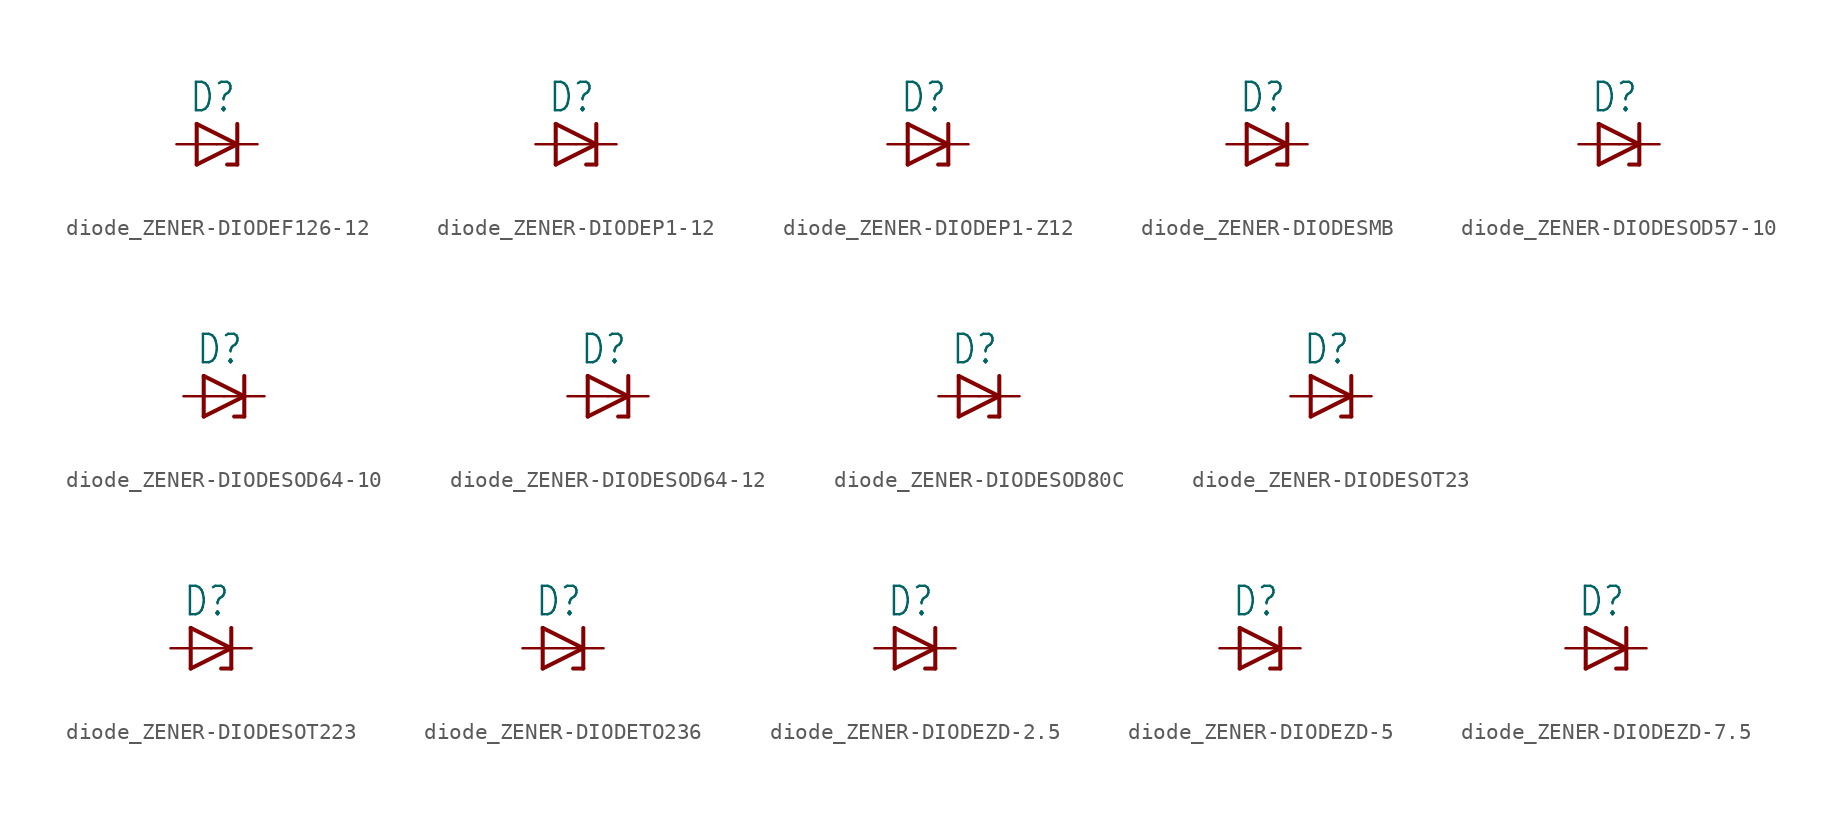
<source format=kicad_sym>
(kicad_symbol_lib
  (version 20241209)
  (generator "kicad_symbol_editor")
  (generator_version "9.0")
  (symbol "diode_ZENER-DIODEF126-12"
    (property "Reference" "D"
      (at -1.778 1.905 0)
      (effects (font (size 1.778 1.511)) (justify left bottom)))
    (property "Value" ""
      (at -1.778 -3.429 0)
      (effects (font (size 1.778 1.511)) (justify left bottom)))
    (property "ki_locked" ""
      (at 0 0 0)
      (effects (font (size 1.27 1.27))))
    (symbol "diode_ZENER-DIODEF126-12_1_0"
      (polyline (pts (xy -1.27 1.27) (xy -1.27 -1.27)) (stroke (width 0.254) (type solid)) (fill (type none)))
      (polyline (pts (xy -1.27 -1.27) (xy 1.27 0)) (stroke (width 0.254) (type solid)) (fill (type none)))
      (polyline (pts (xy 1.27 1.27) (xy 1.27 0)) (stroke (width 0.254) (type solid)) (fill (type none)))
      (polyline (pts (xy 1.27 0) (xy -1.27 1.27)) (stroke (width 0.254) (type solid)) (fill (type none)))
      (polyline (pts (xy 1.27 0) (xy 1.27 -1.27)) (stroke (width 0.254) (type solid)) (fill (type none)))
      (polyline (pts (xy 1.27 -1.27) (xy 0.635 -1.27)) (stroke (width 0.254) (type solid)) (fill (type none)))
      (pin passive line (at -2.54 0 0) (length 2.54) (name "A" (effects (font (size 0 0)))) (number "A" (effects (font (size 0 0)))))
      (pin passive line (at 2.54 0 180) (length 2.54) (name "C" (effects (font (size 0 0)))) (number "C" (effects (font (size 0 0)))))))
  (symbol "diode_ZENER-DIODEP1-12"
    (property "Reference" "D"
      (at -1.778 1.905 0)
      (effects (font (size 1.778 1.511)) (justify left bottom)))
    (property "Value" ""
      (at -1.778 -3.429 0)
      (effects (font (size 1.778 1.511)) (justify left bottom)))
    (property "ki_locked" ""
      (at 0 0 0)
      (effects (font (size 1.27 1.27))))
    (symbol "diode_ZENER-DIODEP1-12_1_0"
      (polyline (pts (xy -1.27 1.27) (xy -1.27 -1.27)) (stroke (width 0.254) (type solid)) (fill (type none)))
      (polyline (pts (xy -1.27 -1.27) (xy 1.27 0)) (stroke (width 0.254) (type solid)) (fill (type none)))
      (polyline (pts (xy 1.27 1.27) (xy 1.27 0)) (stroke (width 0.254) (type solid)) (fill (type none)))
      (polyline (pts (xy 1.27 0) (xy -1.27 1.27)) (stroke (width 0.254) (type solid)) (fill (type none)))
      (polyline (pts (xy 1.27 0) (xy 1.27 -1.27)) (stroke (width 0.254) (type solid)) (fill (type none)))
      (polyline (pts (xy 1.27 -1.27) (xy 0.635 -1.27)) (stroke (width 0.254) (type solid)) (fill (type none)))
      (pin passive line (at -2.54 0 0) (length 2.54) (name "A" (effects (font (size 0 0)))) (number "A" (effects (font (size 0 0)))))
      (pin passive line (at 2.54 0 180) (length 2.54) (name "C" (effects (font (size 0 0)))) (number "C" (effects (font (size 0 0)))))))
  (symbol "diode_ZENER-DIODEP1-Z12"
    (property "Reference" "D"
      (at -1.778 1.905 0)
      (effects (font (size 1.778 1.511)) (justify left bottom)))
    (property "Value" ""
      (at -1.778 -3.429 0)
      (effects (font (size 1.778 1.511)) (justify left bottom)))
    (property "ki_locked" ""
      (at 0 0 0)
      (effects (font (size 1.27 1.27))))
    (symbol "diode_ZENER-DIODEP1-Z12_1_0"
      (polyline (pts (xy -1.27 1.27) (xy -1.27 -1.27)) (stroke (width 0.254) (type solid)) (fill (type none)))
      (polyline (pts (xy -1.27 -1.27) (xy 1.27 0)) (stroke (width 0.254) (type solid)) (fill (type none)))
      (polyline (pts (xy 1.27 1.27) (xy 1.27 0)) (stroke (width 0.254) (type solid)) (fill (type none)))
      (polyline (pts (xy 1.27 0) (xy -1.27 1.27)) (stroke (width 0.254) (type solid)) (fill (type none)))
      (polyline (pts (xy 1.27 0) (xy 1.27 -1.27)) (stroke (width 0.254) (type solid)) (fill (type none)))
      (polyline (pts (xy 1.27 -1.27) (xy 0.635 -1.27)) (stroke (width 0.254) (type solid)) (fill (type none)))
      (pin passive line (at -2.54 0 0) (length 2.54) (name "A" (effects (font (size 0 0)))) (number "A" (effects (font (size 0 0)))))
      (pin passive line (at 2.54 0 180) (length 2.54) (name "C" (effects (font (size 0 0)))) (number "C" (effects (font (size 0 0)))))))
  (symbol "diode_ZENER-DIODESMB"
    (property "Reference" "D"
      (at -1.778 1.905 0)
      (effects (font (size 1.778 1.511)) (justify left bottom)))
    (property "Value" ""
      (at -1.778 -3.429 0)
      (effects (font (size 1.778 1.511)) (justify left bottom)))
    (property "ki_locked" ""
      (at 0 0 0)
      (effects (font (size 1.27 1.27))))
    (symbol "diode_ZENER-DIODESMB_1_0"
      (polyline (pts (xy -1.27 1.27) (xy -1.27 -1.27)) (stroke (width 0.254) (type solid)) (fill (type none)))
      (polyline (pts (xy -1.27 -1.27) (xy 1.27 0)) (stroke (width 0.254) (type solid)) (fill (type none)))
      (polyline (pts (xy 1.27 1.27) (xy 1.27 0)) (stroke (width 0.254) (type solid)) (fill (type none)))
      (polyline (pts (xy 1.27 0) (xy -1.27 1.27)) (stroke (width 0.254) (type solid)) (fill (type none)))
      (polyline (pts (xy 1.27 0) (xy 1.27 -1.27)) (stroke (width 0.254) (type solid)) (fill (type none)))
      (polyline (pts (xy 1.27 -1.27) (xy 0.635 -1.27)) (stroke (width 0.254) (type solid)) (fill (type none)))
      (pin passive line (at -2.54 0 0) (length 2.54) (name "A" (effects (font (size 0 0)))) (number "A" (effects (font (size 0 0)))))
      (pin passive line (at 2.54 0 180) (length 2.54) (name "C" (effects (font (size 0 0)))) (number "C" (effects (font (size 0 0)))))))
  (symbol "diode_ZENER-DIODESOD57-10"
    (property "Reference" "D"
      (at -1.778 1.905 0)
      (effects (font (size 1.778 1.511)) (justify left bottom)))
    (property "Value" ""
      (at -1.778 -3.429 0)
      (effects (font (size 1.778 1.511)) (justify left bottom)))
    (property "ki_locked" ""
      (at 0 0 0)
      (effects (font (size 1.27 1.27))))
    (symbol "diode_ZENER-DIODESOD57-10_1_0"
      (polyline (pts (xy -1.27 1.27) (xy -1.27 -1.27)) (stroke (width 0.254) (type solid)) (fill (type none)))
      (polyline (pts (xy -1.27 -1.27) (xy 1.27 0)) (stroke (width 0.254) (type solid)) (fill (type none)))
      (polyline (pts (xy 1.27 1.27) (xy 1.27 0)) (stroke (width 0.254) (type solid)) (fill (type none)))
      (polyline (pts (xy 1.27 0) (xy -1.27 1.27)) (stroke (width 0.254) (type solid)) (fill (type none)))
      (polyline (pts (xy 1.27 0) (xy 1.27 -1.27)) (stroke (width 0.254) (type solid)) (fill (type none)))
      (polyline (pts (xy 1.27 -1.27) (xy 0.635 -1.27)) (stroke (width 0.254) (type solid)) (fill (type none)))
      (pin passive line (at -2.54 0 0) (length 2.54) (name "A" (effects (font (size 0 0)))) (number "A" (effects (font (size 0 0)))))
      (pin passive line (at 2.54 0 180) (length 2.54) (name "C" (effects (font (size 0 0)))) (number "C" (effects (font (size 0 0)))))))
  (symbol "diode_ZENER-DIODESOD64-10"
    (property "Reference" "D"
      (at -1.778 1.905 0)
      (effects (font (size 1.778 1.511)) (justify left bottom)))
    (property "Value" ""
      (at -1.778 -3.429 0)
      (effects (font (size 1.778 1.511)) (justify left bottom)))
    (property "ki_locked" ""
      (at 0 0 0)
      (effects (font (size 1.27 1.27))))
    (symbol "diode_ZENER-DIODESOD64-10_1_0"
      (polyline (pts (xy -1.27 1.27) (xy -1.27 -1.27)) (stroke (width 0.254) (type solid)) (fill (type none)))
      (polyline (pts (xy -1.27 -1.27) (xy 1.27 0)) (stroke (width 0.254) (type solid)) (fill (type none)))
      (polyline (pts (xy 1.27 1.27) (xy 1.27 0)) (stroke (width 0.254) (type solid)) (fill (type none)))
      (polyline (pts (xy 1.27 0) (xy -1.27 1.27)) (stroke (width 0.254) (type solid)) (fill (type none)))
      (polyline (pts (xy 1.27 0) (xy 1.27 -1.27)) (stroke (width 0.254) (type solid)) (fill (type none)))
      (polyline (pts (xy 1.27 -1.27) (xy 0.635 -1.27)) (stroke (width 0.254) (type solid)) (fill (type none)))
      (pin passive line (at -2.54 0 0) (length 2.54) (name "A" (effects (font (size 0 0)))) (number "A" (effects (font (size 0 0)))))
      (pin passive line (at 2.54 0 180) (length 2.54) (name "C" (effects (font (size 0 0)))) (number "C" (effects (font (size 0 0)))))))
  (symbol "diode_ZENER-DIODESOD64-12"
    (property "Reference" "D"
      (at -1.778 1.905 0)
      (effects (font (size 1.778 1.511)) (justify left bottom)))
    (property "Value" ""
      (at -1.778 -3.429 0)
      (effects (font (size 1.778 1.511)) (justify left bottom)))
    (property "ki_locked" ""
      (at 0 0 0)
      (effects (font (size 1.27 1.27))))
    (symbol "diode_ZENER-DIODESOD64-12_1_0"
      (polyline (pts (xy -1.27 1.27) (xy -1.27 -1.27)) (stroke (width 0.254) (type solid)) (fill (type none)))
      (polyline (pts (xy -1.27 -1.27) (xy 1.27 0)) (stroke (width 0.254) (type solid)) (fill (type none)))
      (polyline (pts (xy 1.27 1.27) (xy 1.27 0)) (stroke (width 0.254) (type solid)) (fill (type none)))
      (polyline (pts (xy 1.27 0) (xy -1.27 1.27)) (stroke (width 0.254) (type solid)) (fill (type none)))
      (polyline (pts (xy 1.27 0) (xy 1.27 -1.27)) (stroke (width 0.254) (type solid)) (fill (type none)))
      (polyline (pts (xy 1.27 -1.27) (xy 0.635 -1.27)) (stroke (width 0.254) (type solid)) (fill (type none)))
      (pin passive line (at -2.54 0 0) (length 2.54) (name "A" (effects (font (size 0 0)))) (number "A" (effects (font (size 0 0)))))
      (pin passive line (at 2.54 0 180) (length 2.54) (name "C" (effects (font (size 0 0)))) (number "C" (effects (font (size 0 0)))))))
  (symbol "diode_ZENER-DIODESOD80C"
    (property "Reference" "D"
      (at -1.778 1.905 0)
      (effects (font (size 1.778 1.511)) (justify left bottom)))
    (property "Value" ""
      (at -1.778 -3.429 0)
      (effects (font (size 1.778 1.511)) (justify left bottom)))
    (property "ki_locked" ""
      (at 0 0 0)
      (effects (font (size 1.27 1.27))))
    (symbol "diode_ZENER-DIODESOD80C_1_0"
      (polyline (pts (xy -1.27 1.27) (xy -1.27 -1.27)) (stroke (width 0.254) (type solid)) (fill (type none)))
      (polyline (pts (xy -1.27 -1.27) (xy 1.27 0)) (stroke (width 0.254) (type solid)) (fill (type none)))
      (polyline (pts (xy 1.27 1.27) (xy 1.27 0)) (stroke (width 0.254) (type solid)) (fill (type none)))
      (polyline (pts (xy 1.27 0) (xy -1.27 1.27)) (stroke (width 0.254) (type solid)) (fill (type none)))
      (polyline (pts (xy 1.27 0) (xy 1.27 -1.27)) (stroke (width 0.254) (type solid)) (fill (type none)))
      (polyline (pts (xy 1.27 -1.27) (xy 0.635 -1.27)) (stroke (width 0.254) (type solid)) (fill (type none)))
      (pin passive line (at -2.54 0 0) (length 2.54) (name "A" (effects (font (size 0 0)))) (number "A" (effects (font (size 0 0)))))
      (pin passive line (at 2.54 0 180) (length 2.54) (name "C" (effects (font (size 0 0)))) (number "C" (effects (font (size 0 0)))))))
  (symbol "diode_ZENER-DIODESOT23"
    (property "Reference" "D"
      (at -1.778 1.905 0)
      (effects (font (size 1.778 1.511)) (justify left bottom)))
    (property "Value" ""
      (at -1.778 -3.429 0)
      (effects (font (size 1.778 1.511)) (justify left bottom)))
    (property "ki_locked" ""
      (at 0 0 0)
      (effects (font (size 1.27 1.27))))
    (symbol "diode_ZENER-DIODESOT23_1_0"
      (polyline (pts (xy -1.27 1.27) (xy -1.27 -1.27)) (stroke (width 0.254) (type solid)) (fill (type none)))
      (polyline (pts (xy -1.27 -1.27) (xy 1.27 0)) (stroke (width 0.254) (type solid)) (fill (type none)))
      (polyline (pts (xy 1.27 1.27) (xy 1.27 0)) (stroke (width 0.254) (type solid)) (fill (type none)))
      (polyline (pts (xy 1.27 0) (xy -1.27 1.27)) (stroke (width 0.254) (type solid)) (fill (type none)))
      (polyline (pts (xy 1.27 0) (xy 1.27 -1.27)) (stroke (width 0.254) (type solid)) (fill (type none)))
      (polyline (pts (xy 1.27 -1.27) (xy 0.635 -1.27)) (stroke (width 0.254) (type solid)) (fill (type none)))
      (pin passive line (at -2.54 0 0) (length 2.54) (name "A" (effects (font (size 0 0)))) (number "1" (effects (font (size 0 0)))))
      (pin passive line (at 2.54 0 180) (length 2.54) (name "C" (effects (font (size 0 0)))) (number "3" (effects (font (size 0 0)))))))
  (symbol "diode_ZENER-DIODESOT223"
    (property "Reference" "D"
      (at -1.778 1.905 0)
      (effects (font (size 1.778 1.511)) (justify left bottom)))
    (property "Value" ""
      (at -1.778 -3.429 0)
      (effects (font (size 1.778 1.511)) (justify left bottom)))
    (property "ki_locked" ""
      (at 0 0 0)
      (effects (font (size 1.27 1.27))))
    (symbol "diode_ZENER-DIODESOT223_1_0"
      (polyline (pts (xy -1.27 1.27) (xy -1.27 -1.27)) (stroke (width 0.254) (type solid)) (fill (type none)))
      (polyline (pts (xy -1.27 -1.27) (xy 1.27 0)) (stroke (width 0.254) (type solid)) (fill (type none)))
      (polyline (pts (xy 1.27 1.27) (xy 1.27 0)) (stroke (width 0.254) (type solid)) (fill (type none)))
      (polyline (pts (xy 1.27 0) (xy -1.27 1.27)) (stroke (width 0.254) (type solid)) (fill (type none)))
      (polyline (pts (xy 1.27 0) (xy 1.27 -1.27)) (stroke (width 0.254) (type solid)) (fill (type none)))
      (polyline (pts (xy 1.27 -1.27) (xy 0.635 -1.27)) (stroke (width 0.254) (type solid)) (fill (type none)))
      (pin passive line (at -2.54 0 0) (length 2.54) (name "A" (effects (font (size 0 0)))) (number "1" (effects (font (size 0 0)))))
      (pin passive line (at 2.54 0 180) (length 2.54) (name "C" (effects (font (size 0 0)))) (number "4" (effects (font (size 0 0)))))))
  (symbol "diode_ZENER-DIODETO236"
    (property "Reference" "D"
      (at -1.778 1.905 0)
      (effects (font (size 1.778 1.511)) (justify left bottom)))
    (property "Value" ""
      (at -1.778 -3.429 0)
      (effects (font (size 1.778 1.511)) (justify left bottom)))
    (property "ki_locked" ""
      (at 0 0 0)
      (effects (font (size 1.27 1.27))))
    (symbol "diode_ZENER-DIODETO236_1_0"
      (polyline (pts (xy -1.27 1.27) (xy -1.27 -1.27)) (stroke (width 0.254) (type solid)) (fill (type none)))
      (polyline (pts (xy -1.27 -1.27) (xy 1.27 0)) (stroke (width 0.254) (type solid)) (fill (type none)))
      (polyline (pts (xy 1.27 1.27) (xy 1.27 0)) (stroke (width 0.254) (type solid)) (fill (type none)))
      (polyline (pts (xy 1.27 0) (xy -1.27 1.27)) (stroke (width 0.254) (type solid)) (fill (type none)))
      (polyline (pts (xy 1.27 0) (xy 1.27 -1.27)) (stroke (width 0.254) (type solid)) (fill (type none)))
      (polyline (pts (xy 1.27 -1.27) (xy 0.635 -1.27)) (stroke (width 0.254) (type solid)) (fill (type none)))
      (pin passive line (at -2.54 0 0) (length 2.54) (name "A" (effects (font (size 0 0)))) (number "A" (effects (font (size 0 0)))))
      (pin passive line (at 2.54 0 180) (length 2.54) (name "C" (effects (font (size 0 0)))) (number "C" (effects (font (size 0 0)))))))
  (symbol "diode_ZENER-DIODEZD-2.5"
    (property "Reference" "D"
      (at -1.778 1.905 0)
      (effects (font (size 1.778 1.511)) (justify left bottom)))
    (property "Value" ""
      (at -1.778 -3.429 0)
      (effects (font (size 1.778 1.511)) (justify left bottom)))
    (property "ki_locked" ""
      (at 0 0 0)
      (effects (font (size 1.27 1.27))))
    (symbol "diode_ZENER-DIODEZD-2.5_1_0"
      (polyline (pts (xy -1.27 1.27) (xy -1.27 -1.27)) (stroke (width 0.254) (type solid)) (fill (type none)))
      (polyline (pts (xy -1.27 -1.27) (xy 1.27 0)) (stroke (width 0.254) (type solid)) (fill (type none)))
      (polyline (pts (xy 1.27 1.27) (xy 1.27 0)) (stroke (width 0.254) (type solid)) (fill (type none)))
      (polyline (pts (xy 1.27 0) (xy -1.27 1.27)) (stroke (width 0.254) (type solid)) (fill (type none)))
      (polyline (pts (xy 1.27 0) (xy 1.27 -1.27)) (stroke (width 0.254) (type solid)) (fill (type none)))
      (polyline (pts (xy 1.27 -1.27) (xy 0.635 -1.27)) (stroke (width 0.254) (type solid)) (fill (type none)))
      (pin passive line (at -2.54 0 0) (length 2.54) (name "A" (effects (font (size 0 0)))) (number "A" (effects (font (size 0 0)))))
      (pin passive line (at 2.54 0 180) (length 2.54) (name "C" (effects (font (size 0 0)))) (number "C" (effects (font (size 0 0)))))))
  (symbol "diode_ZENER-DIODEZD-5"
    (property "Reference" "D"
      (at -1.778 1.905 0)
      (effects (font (size 1.778 1.511)) (justify left bottom)))
    (property "Value" ""
      (at -1.778 -3.429 0)
      (effects (font (size 1.778 1.511)) (justify left bottom)))
    (property "ki_locked" ""
      (at 0 0 0)
      (effects (font (size 1.27 1.27))))
    (symbol "diode_ZENER-DIODEZD-5_1_0"
      (polyline (pts (xy -1.27 1.27) (xy -1.27 -1.27)) (stroke (width 0.254) (type solid)) (fill (type none)))
      (polyline (pts (xy -1.27 -1.27) (xy 1.27 0)) (stroke (width 0.254) (type solid)) (fill (type none)))
      (polyline (pts (xy 1.27 1.27) (xy 1.27 0)) (stroke (width 0.254) (type solid)) (fill (type none)))
      (polyline (pts (xy 1.27 0) (xy -1.27 1.27)) (stroke (width 0.254) (type solid)) (fill (type none)))
      (polyline (pts (xy 1.27 0) (xy 1.27 -1.27)) (stroke (width 0.254) (type solid)) (fill (type none)))
      (polyline (pts (xy 1.27 -1.27) (xy 0.635 -1.27)) (stroke (width 0.254) (type solid)) (fill (type none)))
      (pin passive line (at -2.54 0 0) (length 2.54) (name "A" (effects (font (size 0 0)))) (number "A" (effects (font (size 0 0)))))
      (pin passive line (at 2.54 0 180) (length 2.54) (name "C" (effects (font (size 0 0)))) (number "C" (effects (font (size 0 0)))))))
  (symbol "diode_ZENER-DIODEZD-7.5"
    (property "Reference" "D"
      (at -1.778 1.905 0)
      (effects (font (size 1.778 1.511)) (justify left bottom)))
    (property "Value" ""
      (at -1.778 -3.429 0)
      (effects (font (size 1.778 1.511)) (justify left bottom)))
    (property "ki_locked" ""
      (at 0 0 0)
      (effects (font (size 1.27 1.27))))
    (symbol "diode_ZENER-DIODEZD-7.5_1_0"
      (polyline (pts (xy -1.27 1.27) (xy -1.27 -1.27)) (stroke (width 0.254) (type solid)) (fill (type none)))
      (polyline (pts (xy -1.27 -1.27) (xy 1.27 0)) (stroke (width 0.254) (type solid)) (fill (type none)))
      (polyline (pts (xy 1.27 1.27) (xy 1.27 0)) (stroke (width 0.254) (type solid)) (fill (type none)))
      (polyline (pts (xy 1.27 0) (xy -1.27 1.27)) (stroke (width 0.254) (type solid)) (fill (type none)))
      (polyline (pts (xy 1.27 0) (xy 1.27 -1.27)) (stroke (width 0.254) (type solid)) (fill (type none)))
      (polyline (pts (xy 1.27 -1.27) (xy 0.635 -1.27)) (stroke (width 0.254) (type solid)) (fill (type none)))
      (pin passive line (at -2.54 0 0) (length 2.54) (name "A" (effects (font (size 0 0)))) (number "A" (effects (font (size 0 0)))))
      (pin passive line (at 2.54 0 180) (length 2.54) (name "C" (effects (font (size 0 0)))) (number "C" (effects (font (size 0 0))))))))
</source>
